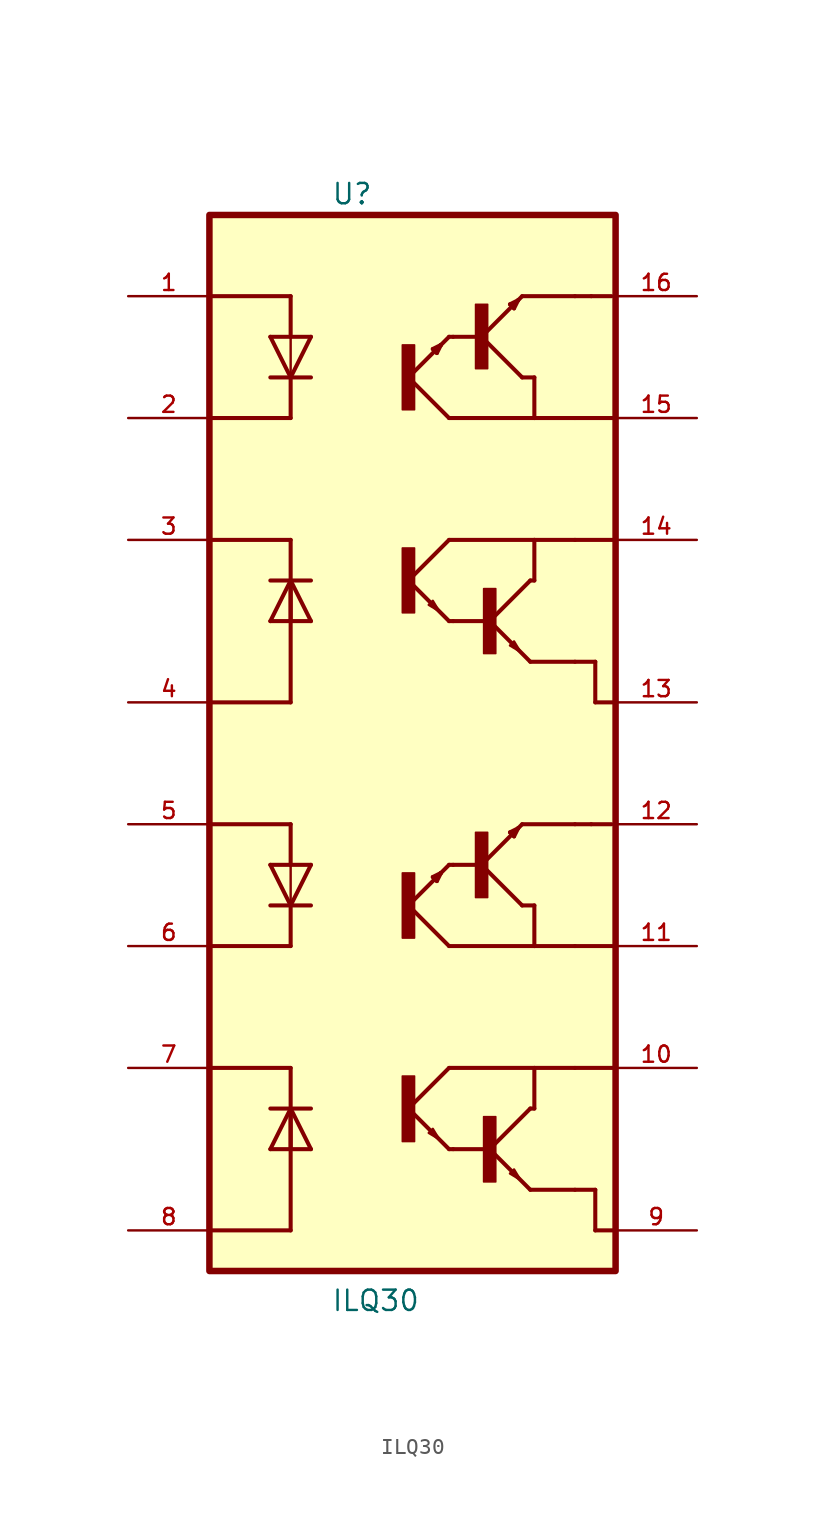
<source format=kicad_sym>
(kicad_symbol_lib
  (version 20211014)
  (generator kicad_symbol_editor)
  (symbol "ILQ30"
    (pin_names
      (offset 1.016))
    (property "Reference" "U"
      (at -5.089 33.59 0)
      (effects (font (size 1.27 1.27)) (justify bottom left)))
    (property "Value" "ILQ30"
      (at -5.088 -35.617 0)
      (effects (font (size 1.27 1.27)) (justify bottom left)))
    (symbol "ILQ30_0_0"
      (polyline (pts (xy -6.35 25.4) (xy -7.62 22.86)) (stroke (width 0.254)))
      (polyline (pts (xy -7.62 22.86) (xy -8.89 25.4)) (stroke (width 0.254)))
      (polyline (pts (xy -6.35 22.86) (xy -7.62 22.86)) (stroke (width 0.254)))
      (polyline (pts (xy -7.62 22.86) (xy -8.89 22.86)) (stroke (width 0.254)))
      (polyline (pts (xy -6.35 25.4) (xy -7.62 25.4)) (stroke (width 0.254)))
      (polyline (pts (xy -7.62 25.4) (xy -8.89 25.4)) (stroke (width 0.254)))
      (polyline (pts (xy -7.62 25.4) (xy -7.62 22.86)) (stroke (width 0.152)))
      (polyline (pts (xy -7.62 22.86) (xy -7.62 20.32)) (stroke (width 0.254)))
      (polyline (pts (xy -7.62 25.4) (xy -7.62 27.94)) (stroke (width 0.254)))
      (polyline (pts (xy 7.366 10.16) (xy 4.826 7.62)) (stroke (width 0.254)))
      (polyline (pts (xy 4.826 7.62) (xy 7.366 5.08)) (stroke (width 0.254)))
      (rectangle (start 4.449 5.593) (end 5.207 9.652) (stroke (width 0.1)) (fill (type outline)))
      (polyline (pts (xy -7.62 27.94) (xy -12.7 27.94)) (stroke (width 0.254)))
      (polyline (pts (xy -7.62 20.32) (xy -12.7 20.32)) (stroke (width 0.254)))
      (polyline (pts (xy 6.731 5.715) (xy 6.096 6.096) (xy 6.35 6.35) (xy 6.731 5.715)) (stroke (width 0.152)) (fill (type outline)))
      (polyline (pts (xy 2.286 12.7) (xy -0.254 10.16)) (stroke (width 0.254)))
      (polyline (pts (xy -0.254 10.16) (xy 2.286 7.62)) (stroke (width 0.254)))
      (rectangle (start -0.636 8.141) (end 0.127 12.192) (stroke (width 0.1)) (fill (type outline)))
      (polyline (pts (xy 2.286 7.62) (xy 2.54 7.62)) (stroke (width 0.254)))
      (polyline (pts (xy 1.651 8.255) (xy 1.016 8.636) (xy 1.27 8.89) (xy 1.651 8.255)) (stroke (width 0.152)) (fill (type outline)))
      (polyline (pts (xy 2.54 7.62) (xy 4.826 7.62)) (stroke (width 0.254)))
      (polyline (pts (xy 2.286 12.7) (xy 7.62 12.7)) (stroke (width 0.254)))
      (polyline (pts (xy 7.62 12.7) (xy 10.16 12.7)) (stroke (width 0.254)))
      (polyline (pts (xy 7.366 10.16) (xy 7.62 10.16)) (stroke (width 0.254)))
      (polyline (pts (xy 7.62 10.16) (xy 7.62 12.7)) (stroke (width 0.254)))
      (polyline (pts (xy 7.366 5.08) (xy 10.16 5.08)) (stroke (width 0.254)))
      (polyline (pts (xy 10.16 5.08) (xy 11.43 5.08)) (stroke (width 0.254)))
      (polyline (pts (xy 11.43 2.54) (xy 11.43 5.08)) (stroke (width 0.254)))
      (polyline (pts (xy 6.858 27.94) (xy 6.604 27.686)) (stroke (width 0.254)))
      (polyline (pts (xy 6.604 27.686) (xy 4.318 25.4)) (stroke (width 0.254)))
      (polyline (pts (xy 4.318 25.4) (xy 6.858 22.86)) (stroke (width 0.254)))
      (rectangle (start 3.944 23.407) (end 4.699 27.432) (stroke (width 0.1)) (fill (type outline)))
      (polyline (pts (xy 2.286 25.4) (xy 1.778 24.892)) (stroke (width 0.254)))
      (polyline (pts (xy 1.778 24.892) (xy -0.254 22.86)) (stroke (width 0.254)))
      (polyline (pts (xy -0.254 22.86) (xy 2.286 20.32)) (stroke (width 0.254)))
      (rectangle (start -0.635 20.838) (end 0.127 24.892) (stroke (width 0.1)) (fill (type outline)))
      (polyline (pts (xy 1.27 24.638) (xy 1.524 24.384)) (stroke (width 0.254)))
      (polyline (pts (xy 1.524 24.384) (xy 1.778 24.892)) (stroke (width 0.254)))
      (polyline (pts (xy 1.778 24.892) (xy 1.27 24.638)) (stroke (width 0.254)))
      (polyline (pts (xy 6.096 27.432) (xy 6.35 27.178)) (stroke (width 0.254)))
      (polyline (pts (xy 6.35 27.178) (xy 6.604 27.686)) (stroke (width 0.254)))
      (polyline (pts (xy 6.604 27.686) (xy 6.096 27.432)) (stroke (width 0.254)))
      (polyline (pts (xy 2.286 25.4) (xy 2.54 25.4)) (stroke (width 0.254)))
      (polyline (pts (xy 2.54 25.4) (xy 4.064 25.4)) (stroke (width 0.254)))
      (polyline (pts (xy 2.286 20.32) (xy 7.62 20.32)) (stroke (width 0.254)))
      (polyline (pts (xy 7.62 20.32) (xy 10.16 20.32)) (stroke (width 0.254)))
      (polyline (pts (xy 10.16 20.32) (xy 12.7 20.32)) (stroke (width 0.254)))
      (polyline (pts (xy 6.858 22.86) (xy 7.62 22.86)) (stroke (width 0.254)))
      (polyline (pts (xy 7.62 22.86) (xy 7.62 20.32)) (stroke (width 0.254)))
      (polyline (pts (xy 6.858 27.94) (xy 10.16 27.94)) (stroke (width 0.254)))
      (polyline (pts (xy 10.16 27.94) (xy 11.176 27.94)) (stroke (width 0.254)))
      (polyline (pts (xy 11.176 27.94) (xy 12.446 27.94)) (stroke (width 0.254)))
      (polyline (pts (xy 10.16 12.7) (xy 12.7 12.7)) (stroke (width 0.254)))
      (polyline (pts (xy 12.7 2.54) (xy 11.43 2.54)) (stroke (width 0.254)))
      (polyline (pts (xy -8.89 7.62) (xy -7.62 10.16)) (stroke (width 0.254)))
      (polyline (pts (xy -7.62 10.16) (xy -6.35 7.62)) (stroke (width 0.254)))
      (polyline (pts (xy -8.89 10.16) (xy -7.62 10.16)) (stroke (width 0.254)))
      (polyline (pts (xy -7.62 10.16) (xy -6.35 10.16)) (stroke (width 0.254)))
      (polyline (pts (xy -8.89 7.62) (xy -7.62 7.62)) (stroke (width 0.254)))
      (polyline (pts (xy -7.62 7.62) (xy -6.35 7.62)) (stroke (width 0.254)))
      (polyline (pts (xy -7.62 7.62) (xy -7.62 10.16)) (stroke (width 0.152)))
      (polyline (pts (xy -7.62 10.16) (xy -7.62 2.54)) (stroke (width 0.254)))
      (polyline (pts (xy -7.62 7.62) (xy -7.62 12.7)) (stroke (width 0.254)))
      (polyline (pts (xy -7.62 12.7) (xy -12.7 12.7)) (stroke (width 0.254)))
      (polyline (pts (xy -7.62 2.54) (xy -12.7 2.54)) (stroke (width 0.254)))
      (polyline (pts (xy -6.35 -7.62) (xy -7.62 -10.16)) (stroke (width 0.254)))
      (polyline (pts (xy -7.62 -10.16) (xy -8.89 -7.62)) (stroke (width 0.254)))
      (polyline (pts (xy -6.35 -10.16) (xy -7.62 -10.16)) (stroke (width 0.254)))
      (polyline (pts (xy -7.62 -10.16) (xy -8.89 -10.16)) (stroke (width 0.254)))
      (polyline (pts (xy -6.35 -7.62) (xy -7.62 -7.62)) (stroke (width 0.254)))
      (polyline (pts (xy -7.62 -7.62) (xy -8.89 -7.62)) (stroke (width 0.254)))
      (polyline (pts (xy -7.62 -7.62) (xy -7.62 -10.16)) (stroke (width 0.152)))
      (polyline (pts (xy -7.62 -10.16) (xy -7.62 -12.7)) (stroke (width 0.254)))
      (polyline (pts (xy -7.62 -7.62) (xy -7.62 -5.08)) (stroke (width 0.254)))
      (polyline (pts (xy 7.366 -22.86) (xy 4.826 -25.4)) (stroke (width 0.254)))
      (polyline (pts (xy 4.826 -25.4) (xy 7.366 -27.94)) (stroke (width 0.254)))
      (rectangle (start 4.447 -27.447) (end 5.207 -23.368) (stroke (width 0.1)) (fill (type outline)))
      (polyline (pts (xy -7.62 -5.08) (xy -12.7 -5.08)) (stroke (width 0.254)))
      (polyline (pts (xy -7.62 -12.7) (xy -12.7 -12.7)) (stroke (width 0.254)))
      (polyline (pts (xy 6.731 -27.305) (xy 6.096 -26.924) (xy 6.35 -26.67) (xy 6.731 -27.305)) (stroke (width 0.152)) (fill (type outline)))
      (polyline (pts (xy 2.286 -20.32) (xy -0.254 -22.86)) (stroke (width 0.254)))
      (polyline (pts (xy -0.254 -22.86) (xy 2.286 -25.4)) (stroke (width 0.254)))
      (rectangle (start -0.636 -24.925) (end 0.127 -20.828) (stroke (width 0.1)) (fill (type outline)))
      (polyline (pts (xy 2.286 -25.4) (xy 2.54 -25.4)) (stroke (width 0.254)))
      (polyline (pts (xy 1.651 -24.765) (xy 1.016 -24.384) (xy 1.27 -24.13) (xy 1.651 -24.765)) (stroke (width 0.152)) (fill (type outline)))
      (polyline (pts (xy 2.54 -25.4) (xy 4.826 -25.4)) (stroke (width 0.254)))
      (polyline (pts (xy 2.286 -20.32) (xy 7.62 -20.32)) (stroke (width 0.254)))
      (polyline (pts (xy 7.62 -20.32) (xy 10.16 -20.32)) (stroke (width 0.254)))
      (polyline (pts (xy 7.366 -22.86) (xy 7.62 -22.86)) (stroke (width 0.254)))
      (polyline (pts (xy 7.62 -22.86) (xy 7.62 -20.32)) (stroke (width 0.254)))
      (polyline (pts (xy 7.366 -27.94) (xy 10.16 -27.94)) (stroke (width 0.254)))
      (polyline (pts (xy 10.16 -27.94) (xy 11.43 -27.94)) (stroke (width 0.254)))
      (polyline (pts (xy 11.43 -30.48) (xy 11.43 -27.94)) (stroke (width 0.254)))
      (polyline (pts (xy 6.858 -5.08) (xy 6.604 -5.334)) (stroke (width 0.254)))
      (polyline (pts (xy 6.604 -5.334) (xy 4.318 -7.62)) (stroke (width 0.254)))
      (polyline (pts (xy 4.318 -7.62) (xy 6.858 -10.16)) (stroke (width 0.254)))
      (rectangle (start 3.943 -9.666) (end 4.699 -5.588) (stroke (width 0.1)) (fill (type outline)))
      (polyline (pts (xy 2.286 -7.62) (xy 1.778 -8.128)) (stroke (width 0.254)))
      (polyline (pts (xy 1.778 -8.128) (xy -0.254 -10.16)) (stroke (width 0.254)))
      (polyline (pts (xy -0.254 -10.16) (xy 2.286 -12.7)) (stroke (width 0.254)))
      (rectangle (start -0.635 -12.199) (end 0.127 -8.128) (stroke (width 0.1)) (fill (type outline)))
      (polyline (pts (xy 1.27 -8.382) (xy 1.524 -8.636)) (stroke (width 0.254)))
      (polyline (pts (xy 1.524 -8.636) (xy 1.778 -8.128)) (stroke (width 0.254)))
      (polyline (pts (xy 1.778 -8.128) (xy 1.27 -8.382)) (stroke (width 0.254)))
      (polyline (pts (xy 6.096 -5.588) (xy 6.35 -5.842)) (stroke (width 0.254)))
      (polyline (pts (xy 6.35 -5.842) (xy 6.604 -5.334)) (stroke (width 0.254)))
      (polyline (pts (xy 6.604 -5.334) (xy 6.096 -5.588)) (stroke (width 0.254)))
      (polyline (pts (xy 2.286 -7.62) (xy 2.54 -7.62)) (stroke (width 0.254)))
      (polyline (pts (xy 2.54 -7.62) (xy 4.064 -7.62)) (stroke (width 0.254)))
      (polyline (pts (xy 2.286 -12.7) (xy 7.62 -12.7)) (stroke (width 0.254)))
      (polyline (pts (xy 7.62 -12.7) (xy 10.16 -12.7)) (stroke (width 0.254)))
      (polyline (pts (xy 10.16 -12.7) (xy 12.7 -12.7)) (stroke (width 0.254)))
      (polyline (pts (xy 6.858 -10.16) (xy 7.62 -10.16)) (stroke (width 0.254)))
      (polyline (pts (xy 7.62 -10.16) (xy 7.62 -12.7)) (stroke (width 0.254)))
      (polyline (pts (xy 6.858 -5.08) (xy 10.16 -5.08)) (stroke (width 0.254)))
      (polyline (pts (xy 10.16 -5.08) (xy 11.176 -5.08)) (stroke (width 0.254)))
      (polyline (pts (xy 11.176 -5.08) (xy 12.446 -5.08)) (stroke (width 0.254)))
      (polyline (pts (xy 10.16 -20.32) (xy 12.7 -20.32)) (stroke (width 0.254)))
      (polyline (pts (xy 12.7 -30.48) (xy 11.43 -30.48)) (stroke (width 0.254)))
      (polyline (pts (xy -8.89 -25.4) (xy -7.62 -22.86)) (stroke (width 0.254)))
      (polyline (pts (xy -7.62 -22.86) (xy -6.35 -25.4)) (stroke (width 0.254)))
      (polyline (pts (xy -8.89 -22.86) (xy -7.62 -22.86)) (stroke (width 0.254)))
      (polyline (pts (xy -7.62 -22.86) (xy -6.35 -22.86)) (stroke (width 0.254)))
      (polyline (pts (xy -8.89 -25.4) (xy -7.62 -25.4)) (stroke (width 0.254)))
      (polyline (pts (xy -7.62 -25.4) (xy -6.35 -25.4)) (stroke (width 0.254)))
      (polyline (pts (xy -7.62 -25.4) (xy -7.62 -22.86)) (stroke (width 0.152)))
      (polyline (pts (xy -7.62 -22.86) (xy -7.62 -30.48)) (stroke (width 0.254)))
      (polyline (pts (xy -7.62 -25.4) (xy -7.62 -20.32)) (stroke (width 0.254)))
      (polyline (pts (xy -7.62 -20.32) (xy -12.7 -20.32)) (stroke (width 0.254)))
      (polyline (pts (xy -7.62 -30.48) (xy -12.7 -30.48)) (stroke (width 0.254)))
      (rectangle (start -12.7 -33.02) (end 12.7 33.02) (stroke (width 0.406)) (fill (type background)))
      (pin passive line (at -17.78 27.94 0) (length 5.08) (name "~" (effects (font (size 1.016 1.016)))) (number "1" (effects (font (size 1.016 1.016)))))
      (pin passive line (at -17.78 20.32 0) (length 5.08) (name "~" (effects (font (size 1.016 1.016)))) (number "2" (effects (font (size 1.016 1.016)))))
      (pin passive line (at 17.78 20.32 180.0) (length 5.08) (name "~" (effects (font (size 1.016 1.016)))) (number "15" (effects (font (size 1.016 1.016)))))
      (pin passive line (at 17.78 12.7 180.0) (length 5.08) (name "~" (effects (font (size 1.016 1.016)))) (number "14" (effects (font (size 1.016 1.016)))))
      (pin passive line (at -17.78 12.7 0) (length 5.08) (name "~" (effects (font (size 1.016 1.016)))) (number "3" (effects (font (size 1.016 1.016)))))
      (pin passive line (at 17.78 27.94 180.0) (length 5.08) (name "~" (effects (font (size 1.016 1.016)))) (number "16" (effects (font (size 1.016 1.016)))))
      (pin passive line (at 17.78 2.54 180.0) (length 5.08) (name "~" (effects (font (size 1.016 1.016)))) (number "13" (effects (font (size 1.016 1.016)))))
      (pin passive line (at -17.78 2.54 0) (length 5.08) (name "~" (effects (font (size 1.016 1.016)))) (number "4" (effects (font (size 1.016 1.016)))))
      (pin passive line (at -17.78 -5.08 0) (length 5.08) (name "~" (effects (font (size 1.016 1.016)))) (number "5" (effects (font (size 1.016 1.016)))))
      (pin passive line (at -17.78 -12.7 0) (length 5.08) (name "~" (effects (font (size 1.016 1.016)))) (number "6" (effects (font (size 1.016 1.016)))))
      (pin passive line (at 17.78 -12.7 180.0) (length 5.08) (name "~" (effects (font (size 1.016 1.016)))) (number "11" (effects (font (size 1.016 1.016)))))
      (pin passive line (at 17.78 -20.32 180.0) (length 5.08) (name "~" (effects (font (size 1.016 1.016)))) (number "10" (effects (font (size 1.016 1.016)))))
      (pin passive line (at -17.78 -20.32 0) (length 5.08) (name "~" (effects (font (size 1.016 1.016)))) (number "7" (effects (font (size 1.016 1.016)))))
      (pin passive line (at 17.78 -5.08 180.0) (length 5.08) (name "~" (effects (font (size 1.016 1.016)))) (number "12" (effects (font (size 1.016 1.016)))))
      (pin passive line (at 17.78 -30.48 180.0) (length 5.08) (name "~" (effects (font (size 1.016 1.016)))) (number "9" (effects (font (size 1.016 1.016)))))
      (pin passive line (at -17.78 -30.48 0) (length 5.08) (name "~" (effects (font (size 1.016 1.016)))) (number "8" (effects (font (size 1.016 1.016))))))))
</source>
